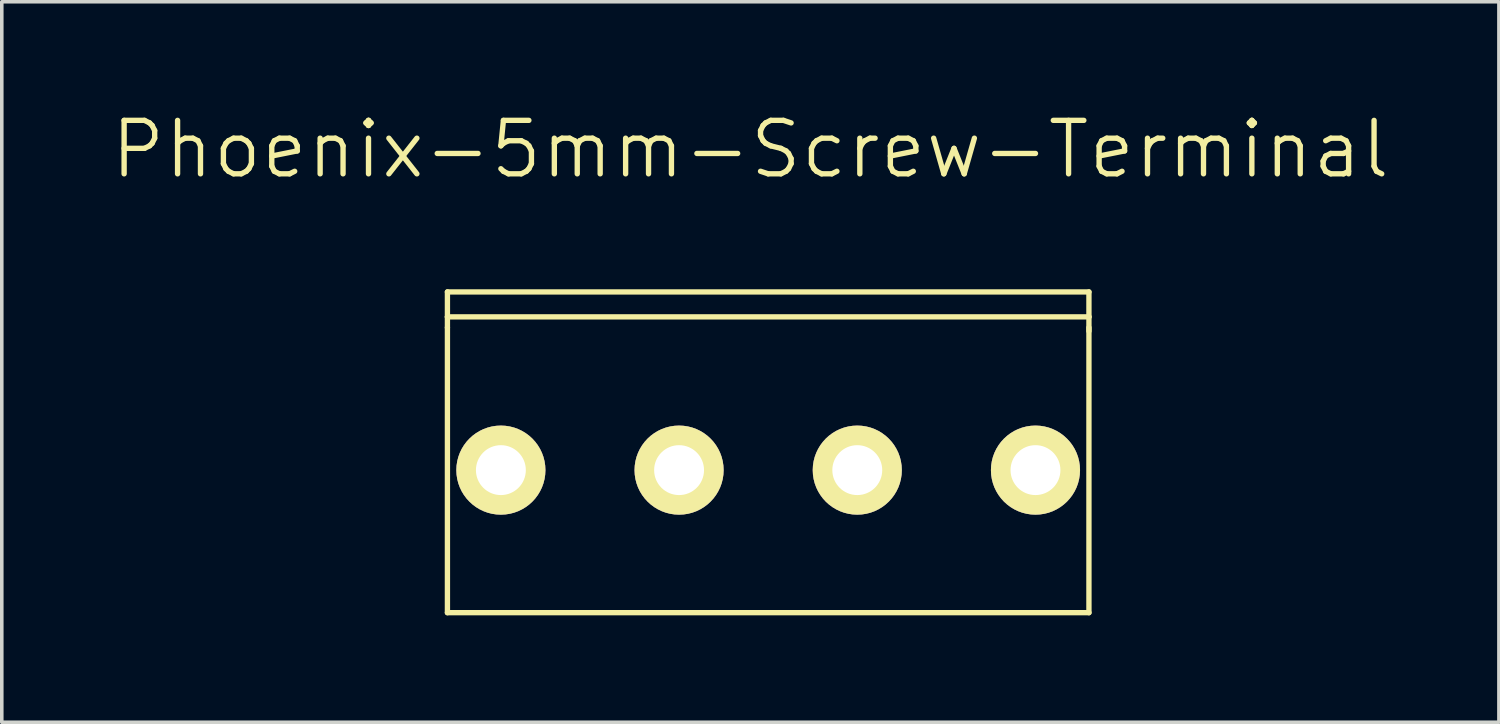
<source format=kicad_pcb>
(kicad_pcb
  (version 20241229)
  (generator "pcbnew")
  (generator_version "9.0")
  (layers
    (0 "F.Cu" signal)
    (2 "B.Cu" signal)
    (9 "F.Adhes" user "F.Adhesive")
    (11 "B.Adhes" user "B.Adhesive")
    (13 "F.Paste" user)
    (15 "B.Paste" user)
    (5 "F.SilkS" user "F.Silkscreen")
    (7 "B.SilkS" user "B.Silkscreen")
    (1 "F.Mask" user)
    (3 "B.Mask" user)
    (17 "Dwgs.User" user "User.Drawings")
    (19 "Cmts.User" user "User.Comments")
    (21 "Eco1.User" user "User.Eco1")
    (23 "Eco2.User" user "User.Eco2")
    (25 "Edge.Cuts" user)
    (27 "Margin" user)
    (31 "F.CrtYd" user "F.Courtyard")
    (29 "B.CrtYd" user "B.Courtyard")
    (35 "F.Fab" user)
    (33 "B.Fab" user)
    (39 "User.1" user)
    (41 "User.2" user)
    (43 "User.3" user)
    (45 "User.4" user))
  (footprint "Phoenix-5mm-Screw-Terminal"
    (layer "F.Cu")
    (at 18.504 10.141)
    (property "Reference" "Phoenix-5mm-Screw-Terminal" (at -0.5 -9 0) (layer "F.SilkS") (effects (font (size 1.5 1.5) (thickness 0.15))))
    (attr through_hole)
    (fp_line (start -9 -5) (end 9 -5) (stroke (width 0.15) (type solid)) (layer "F.SilkS"))
    (fp_line (start -9 -4.3) (end -9 -5) (stroke (width 0.15) (type solid)) (layer "F.SilkS"))
    (fp_line (start -9 -4.3) (end 9 -4.3) (stroke (width 0.15) (type solid)) (layer "F.SilkS"))
    (fp_line (start -9 -4) (end -9 -4.3) (stroke (width 0.15) (type solid)) (layer "F.SilkS"))
    (fp_line (start -9 4) (end -9 -4) (stroke (width 0.15) (type solid)) (layer "F.SilkS"))
    (fp_line (start 9 -5) (end 9 -4.3) (stroke (width 0.15) (type solid)) (layer "F.SilkS"))
    (fp_line (start 9 -4.3) (end 9 -3.9) (stroke (width 0.15) (type solid)) (layer "F.SilkS"))
    (fp_line (start 9 -4) (end 9 4) (stroke (width 0.15) (type solid)) (layer "F.SilkS"))
    (fp_line (start 9 4) (end -9 4) (stroke (width 0.15) (type solid)) (layer "F.SilkS"))
    (pad "1" thru_hole circle (at -7.5 0) (size 2.5 2.5) (drill 1.4) (layers "*.Cu" "*.Mask" "F.SilkS"))
    (pad "2" thru_hole circle (at -2.5 0) (size 2.5 2.5) (drill 1.4) (layers "*.Cu" "*.Mask" "F.SilkS"))
    (pad "3" thru_hole circle (at 2.5 0) (size 2.5 2.5) (drill 1.4) (layers "*.Cu" "*.Mask" "F.SilkS"))
    (pad "4" thru_hole circle (at 7.5 0) (size 2.5 2.5) (drill 1.4) (layers "*.Cu" "*.Mask" "F.SilkS")))
  (gr_rect
    (start -3 -3)
    (end 39.007 17.216)
    (stroke (width 0.1) (type default))
    (fill no)
    (layer "Edge.Cuts")))
</source>
